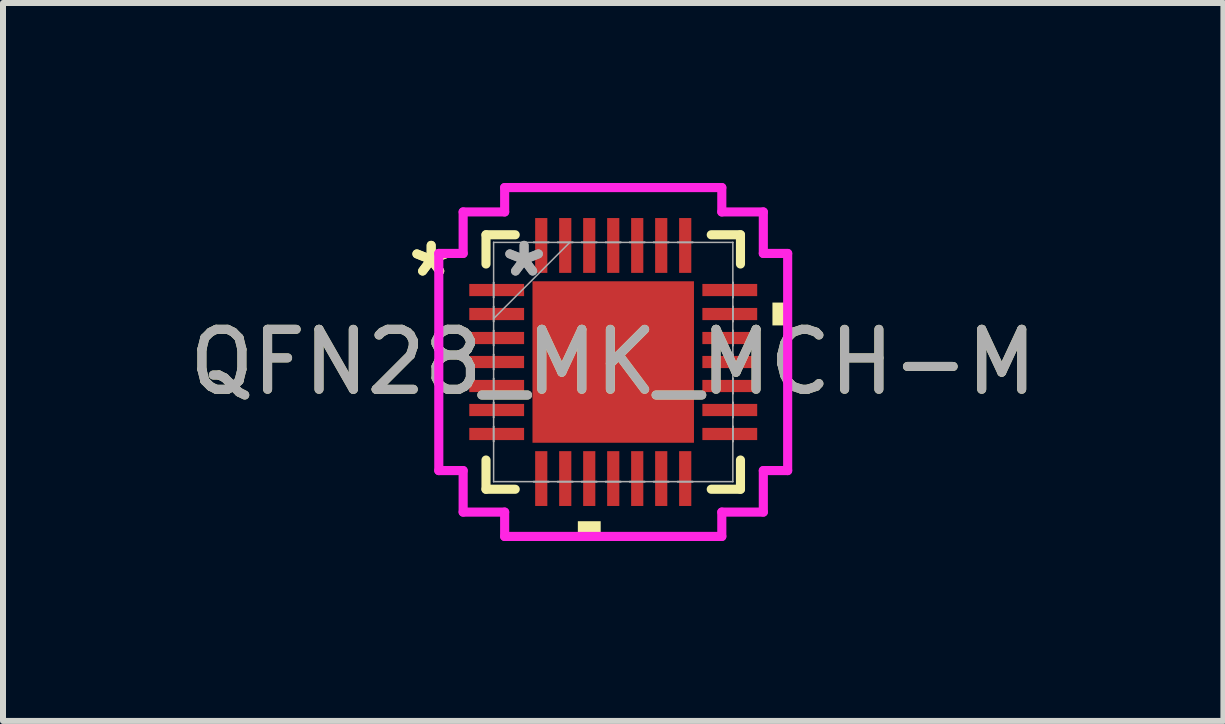
<source format=kicad_pcb>
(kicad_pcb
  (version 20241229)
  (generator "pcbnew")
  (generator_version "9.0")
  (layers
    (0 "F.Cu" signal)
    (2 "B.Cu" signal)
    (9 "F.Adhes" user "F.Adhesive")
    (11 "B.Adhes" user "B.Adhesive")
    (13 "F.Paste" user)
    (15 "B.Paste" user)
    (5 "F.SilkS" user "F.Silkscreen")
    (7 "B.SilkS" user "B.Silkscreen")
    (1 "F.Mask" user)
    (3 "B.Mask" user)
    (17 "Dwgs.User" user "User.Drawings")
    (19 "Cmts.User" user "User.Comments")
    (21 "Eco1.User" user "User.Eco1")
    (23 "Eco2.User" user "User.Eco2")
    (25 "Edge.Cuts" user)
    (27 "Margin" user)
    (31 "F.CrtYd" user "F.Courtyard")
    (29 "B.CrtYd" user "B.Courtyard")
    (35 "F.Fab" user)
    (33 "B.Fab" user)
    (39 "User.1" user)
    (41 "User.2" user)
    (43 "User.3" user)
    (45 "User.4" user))
  (footprint "QFN28_MK_MCH-M"
    (layer "F.Cu")
    (at 7.173 2.985)
    (property "Reference" "QFN28_MK_MCH-M" (at 0 0 0) (unlocked yes) (layer "F.SilkS") (effects (font (size 1 1) (thickness 0.15))))
    (attr smd)
    (fp_line (start -2.121 -2.121) (end -2.121 -1.634) (stroke (width 0.152) (type solid)) (layer "F.SilkS"))
    (fp_line (start -2.121 1.634) (end -2.121 2.121) (stroke (width 0.152) (type solid)) (layer "F.SilkS"))
    (fp_line (start -2.121 2.121) (end -1.634 2.121) (stroke (width 0.152) (type solid)) (layer "F.SilkS"))
    (fp_line (start -1.634 -2.121) (end -2.121 -2.121) (stroke (width 0.152) (type solid)) (layer "F.SilkS"))
    (fp_line (start 1.634 2.121) (end 2.121 2.121) (stroke (width 0.152) (type solid)) (layer "F.SilkS"))
    (fp_line (start 2.121 -2.121) (end 1.634 -2.121) (stroke (width 0.152) (type solid)) (layer "F.SilkS"))
    (fp_line (start 2.121 -1.634) (end 2.121 -2.121) (stroke (width 0.152) (type solid)) (layer "F.SilkS"))
    (fp_line (start 2.121 2.121) (end 2.121 1.634) (stroke (width 0.152) (type solid)) (layer "F.SilkS"))
    (fp_poly (pts (xy -0.59 2.654) (xy -0.59 2.908) (xy -0.209 2.908) (xy -0.209 2.654)) (stroke (width 0) (type solid)) (fill yes) (layer "F.SilkS"))
    (fp_poly (pts (xy 2.908 -0.991) (xy 2.908 -0.61) (xy 2.654 -0.61) (xy 2.654 -0.991)) (stroke (width 0) (type solid)) (fill yes) (layer "F.SilkS"))
    (fp_poly (pts (xy -1.246 -1.246) (xy -1.246 -0.1) (xy -0.1 -0.1) (xy -0.1 -1.246)) (stroke (width 0) (type solid)) (fill yes) (layer "F.Paste"))
    (fp_poly (pts (xy -1.246 0.1) (xy -1.246 1.246) (xy -0.1 1.246) (xy -0.1 0.1)) (stroke (width 0) (type solid)) (fill yes) (layer "F.Paste"))
    (fp_poly (pts (xy 0.1 -1.246) (xy 0.1 -0.1) (xy 1.246 -0.1) (xy 1.246 -1.246)) (stroke (width 0) (type solid)) (fill yes) (layer "F.Paste"))
    (fp_poly (pts (xy 0.1 0.1) (xy 0.1 1.246) (xy 1.246 1.246) (xy 1.246 0.1)) (stroke (width 0) (type solid)) (fill yes) (layer "F.Paste"))
    (fp_line (start -2.908 -1.81) (end -2.502 -1.81) (stroke (width 0.152) (type solid)) (layer "F.CrtYd"))
    (fp_line (start -2.908 1.81) (end -2.908 -1.81) (stroke (width 0.152) (type solid)) (layer "F.CrtYd"))
    (fp_line (start -2.502 -2.502) (end -1.81 -2.502) (stroke (width 0.152) (type solid)) (layer "F.CrtYd"))
    (fp_line (start -2.502 -1.81) (end -2.502 -2.502) (stroke (width 0.152) (type solid)) (layer "F.CrtYd"))
    (fp_line (start -2.502 1.81) (end -2.908 1.81) (stroke (width 0.152) (type solid)) (layer "F.CrtYd"))
    (fp_line (start -2.502 2.502) (end -2.502 1.81) (stroke (width 0.152) (type solid)) (layer "F.CrtYd"))
    (fp_line (start -1.81 -2.908) (end 1.81 -2.908) (stroke (width 0.152) (type solid)) (layer "F.CrtYd"))
    (fp_line (start -1.81 -2.502) (end -1.81 -2.908) (stroke (width 0.152) (type solid)) (layer "F.CrtYd"))
    (fp_line (start -1.81 2.502) (end -2.502 2.502) (stroke (width 0.152) (type solid)) (layer "F.CrtYd"))
    (fp_line (start -1.81 2.908) (end -1.81 2.502) (stroke (width 0.152) (type solid)) (layer "F.CrtYd"))
    (fp_line (start 1.81 -2.908) (end 1.81 -2.502) (stroke (width 0.152) (type solid)) (layer "F.CrtYd"))
    (fp_line (start 1.81 -2.502) (end 2.502 -2.502) (stroke (width 0.152) (type solid)) (layer "F.CrtYd"))
    (fp_line (start 1.81 2.502) (end 1.81 2.908) (stroke (width 0.152) (type solid)) (layer "F.CrtYd"))
    (fp_line (start 1.81 2.908) (end -1.81 2.908) (stroke (width 0.152) (type solid)) (layer "F.CrtYd"))
    (fp_line (start 2.502 -2.502) (end 2.502 -1.81) (stroke (width 0.152) (type solid)) (layer "F.CrtYd"))
    (fp_line (start 2.502 -1.81) (end 2.908 -1.81) (stroke (width 0.152) (type solid)) (layer "F.CrtYd"))
    (fp_line (start 2.502 1.81) (end 2.502 2.502) (stroke (width 0.152) (type solid)) (layer "F.CrtYd"))
    (fp_line (start 2.502 2.502) (end 1.81 2.502) (stroke (width 0.152) (type solid)) (layer "F.CrtYd"))
    (fp_line (start 2.908 -1.81) (end 2.908 1.81) (stroke (width 0.152) (type solid)) (layer "F.CrtYd"))
    (fp_line (start 2.908 1.81) (end 2.502 1.81) (stroke (width 0.152) (type solid)) (layer "F.CrtYd"))
    (fp_line (start -1.994 -1.994) (end -1.994 -1.994) (stroke (width 0.025) (type solid)) (layer "F.Fab"))
    (fp_line (start -1.994 -1.994) (end -1.994 1.994) (stroke (width 0.025) (type solid)) (layer "F.Fab"))
    (fp_line (start -1.994 -1.327) (end -1.994 -1.327) (stroke (width 0.025) (type solid)) (layer "F.Fab"))
    (fp_line (start -1.994 -1.327) (end -1.994 -1.073) (stroke (width 0.025) (type solid)) (layer "F.Fab"))
    (fp_line (start -1.994 -1.073) (end -1.994 -1.327) (stroke (width 0.025) (type solid)) (layer "F.Fab"))
    (fp_line (start -1.994 -1.073) (end -1.994 -1.073) (stroke (width 0.025) (type solid)) (layer "F.Fab"))
    (fp_line (start -1.994 -0.927) (end -1.994 -0.927) (stroke (width 0.025) (type solid)) (layer "F.Fab"))
    (fp_line (start -1.994 -0.927) (end -1.994 -0.673) (stroke (width 0.025) (type solid)) (layer "F.Fab"))
    (fp_line (start -1.994 -0.724) (end -0.724 -1.994) (stroke (width 0.025) (type solid)) (layer "F.Fab"))
    (fp_line (start -1.994 -0.673) (end -1.994 -0.927) (stroke (width 0.025) (type solid)) (layer "F.Fab"))
    (fp_line (start -1.994 -0.673) (end -1.994 -0.673) (stroke (width 0.025) (type solid)) (layer "F.Fab"))
    (fp_line (start -1.994 -0.527) (end -1.994 -0.527) (stroke (width 0.025) (type solid)) (layer "F.Fab"))
    (fp_line (start -1.994 -0.527) (end -1.994 -0.273) (stroke (width 0.025) (type solid)) (layer "F.Fab"))
    (fp_line (start -1.994 -0.273) (end -1.994 -0.527) (stroke (width 0.025) (type solid)) (layer "F.Fab"))
    (fp_line (start -1.994 -0.273) (end -1.994 -0.273) (stroke (width 0.025) (type solid)) (layer "F.Fab"))
    (fp_line (start -1.994 -0.127) (end -1.994 -0.127) (stroke (width 0.025) (type solid)) (layer "F.Fab"))
    (fp_line (start -1.994 -0.127) (end -1.994 0.127) (stroke (width 0.025) (type solid)) (layer "F.Fab"))
    (fp_line (start -1.994 0.127) (end -1.994 -0.127) (stroke (width 0.025) (type solid)) (layer "F.Fab"))
    (fp_line (start -1.994 0.127) (end -1.994 0.127) (stroke (width 0.025) (type solid)) (layer "F.Fab"))
    (fp_line (start -1.994 0.273) (end -1.994 0.273) (stroke (width 0.025) (type solid)) (layer "F.Fab"))
    (fp_line (start -1.994 0.273) (end -1.994 0.527) (stroke (width 0.025) (type solid)) (layer "F.Fab"))
    (fp_line (start -1.994 0.527) (end -1.994 0.273) (stroke (width 0.025) (type solid)) (layer "F.Fab"))
    (fp_line (start -1.994 0.527) (end -1.994 0.527) (stroke (width 0.025) (type solid)) (layer "F.Fab"))
    (fp_line (start -1.994 0.673) (end -1.994 0.673) (stroke (width 0.025) (type solid)) (layer "F.Fab"))
    (fp_line (start -1.994 0.673) (end -1.994 0.927) (stroke (width 0.025) (type solid)) (layer "F.Fab"))
    (fp_line (start -1.994 0.927) (end -1.994 0.673) (stroke (width 0.025) (type solid)) (layer "F.Fab"))
    (fp_line (start -1.994 0.927) (end -1.994 0.927) (stroke (width 0.025) (type solid)) (layer "F.Fab"))
    (fp_line (start -1.994 1.073) (end -1.994 1.073) (stroke (width 0.025) (type solid)) (layer "F.Fab"))
    (fp_line (start -1.994 1.073) (end -1.994 1.327) (stroke (width 0.025) (type solid)) (layer "F.Fab"))
    (fp_line (start -1.994 1.327) (end -1.994 1.073) (stroke (width 0.025) (type solid)) (layer "F.Fab"))
    (fp_line (start -1.994 1.327) (end -1.994 1.327) (stroke (width 0.025) (type solid)) (layer "F.Fab"))
    (fp_line (start -1.994 1.994) (end -1.994 1.994) (stroke (width 0.025) (type solid)) (layer "F.Fab"))
    (fp_line (start -1.994 1.994) (end 1.994 1.994) (stroke (width 0.025) (type solid)) (layer "F.Fab"))
    (fp_line (start -1.327 -1.994) (end -1.327 -1.994) (stroke (width 0.025) (type solid)) (layer "F.Fab"))
    (fp_line (start -1.327 -1.994) (end -1.073 -1.994) (stroke (width 0.025) (type solid)) (layer "F.Fab"))
    (fp_line (start -1.327 1.994) (end -1.327 1.994) (stroke (width 0.025) (type solid)) (layer "F.Fab"))
    (fp_line (start -1.327 1.994) (end -1.073 1.994) (stroke (width 0.025) (type solid)) (layer "F.Fab"))
    (fp_line (start -1.073 -1.994) (end -1.327 -1.994) (stroke (width 0.025) (type solid)) (layer "F.Fab"))
    (fp_line (start -1.073 -1.994) (end -1.073 -1.994) (stroke (width 0.025) (type solid)) (layer "F.Fab"))
    (fp_line (start -1.073 1.994) (end -1.327 1.994) (stroke (width 0.025) (type solid)) (layer "F.Fab"))
    (fp_line (start -1.073 1.994) (end -1.073 1.994) (stroke (width 0.025) (type solid)) (layer "F.Fab"))
    (fp_line (start -0.927 -1.994) (end -0.927 -1.994) (stroke (width 0.025) (type solid)) (layer "F.Fab"))
    (fp_line (start -0.927 -1.994) (end -0.673 -1.994) (stroke (width 0.025) (type solid)) (layer "F.Fab"))
    (fp_line (start -0.927 1.994) (end -0.927 1.994) (stroke (width 0.025) (type solid)) (layer "F.Fab"))
    (fp_line (start -0.927 1.994) (end -0.673 1.994) (stroke (width 0.025) (type solid)) (layer "F.Fab"))
    (fp_line (start -0.673 -1.994) (end -0.927 -1.994) (stroke (width 0.025) (type solid)) (layer "F.Fab"))
    (fp_line (start -0.673 -1.994) (end -0.673 -1.994) (stroke (width 0.025) (type solid)) (layer "F.Fab"))
    (fp_line (start -0.673 1.994) (end -0.927 1.994) (stroke (width 0.025) (type solid)) (layer "F.Fab"))
    (fp_line (start -0.673 1.994) (end -0.673 1.994) (stroke (width 0.025) (type solid)) (layer "F.Fab"))
    (fp_line (start -0.527 -1.994) (end -0.527 -1.994) (stroke (width 0.025) (type solid)) (layer "F.Fab"))
    (fp_line (start -0.527 -1.994) (end -0.273 -1.994) (stroke (width 0.025) (type solid)) (layer "F.Fab"))
    (fp_line (start -0.527 1.994) (end -0.527 1.994) (stroke (width 0.025) (type solid)) (layer "F.Fab"))
    (fp_line (start -0.527 1.994) (end -0.273 1.994) (stroke (width 0.025) (type solid)) (layer "F.Fab"))
    (fp_line (start -0.273 -1.994) (end -0.527 -1.994) (stroke (width 0.025) (type solid)) (layer "F.Fab"))
    (fp_line (start -0.273 -1.994) (end -0.273 -1.994) (stroke (width 0.025) (type solid)) (layer "F.Fab"))
    (fp_line (start -0.273 1.994) (end -0.527 1.994) (stroke (width 0.025) (type solid)) (layer "F.Fab"))
    (fp_line (start -0.273 1.994) (end -0.273 1.994) (stroke (width 0.025) (type solid)) (layer "F.Fab"))
    (fp_line (start -0.127 -1.994) (end -0.127 -1.994) (stroke (width 0.025) (type solid)) (layer "F.Fab"))
    (fp_line (start -0.127 -1.994) (end 0.127 -1.994) (stroke (width 0.025) (type solid)) (layer "F.Fab"))
    (fp_line (start -0.127 1.994) (end -0.127 1.994) (stroke (width 0.025) (type solid)) (layer "F.Fab"))
    (fp_line (start -0.127 1.994) (end 0.127 1.994) (stroke (width 0.025) (type solid)) (layer "F.Fab"))
    (fp_line (start 0.127 -1.994) (end -0.127 -1.994) (stroke (width 0.025) (type solid)) (layer "F.Fab"))
    (fp_line (start 0.127 -1.994) (end 0.127 -1.994) (stroke (width 0.025) (type solid)) (layer "F.Fab"))
    (fp_line (start 0.127 1.994) (end -0.127 1.994) (stroke (width 0.025) (type solid)) (layer "F.Fab"))
    (fp_line (start 0.127 1.994) (end 0.127 1.994) (stroke (width 0.025) (type solid)) (layer "F.Fab"))
    (fp_line (start 0.273 -1.994) (end 0.273 -1.994) (stroke (width 0.025) (type solid)) (layer "F.Fab"))
    (fp_line (start 0.273 -1.994) (end 0.527 -1.994) (stroke (width 0.025) (type solid)) (layer "F.Fab"))
    (fp_line (start 0.273 1.994) (end 0.273 1.994) (stroke (width 0.025) (type solid)) (layer "F.Fab"))
    (fp_line (start 0.273 1.994) (end 0.527 1.994) (stroke (width 0.025) (type solid)) (layer "F.Fab"))
    (fp_line (start 0.527 -1.994) (end 0.273 -1.994) (stroke (width 0.025) (type solid)) (layer "F.Fab"))
    (fp_line (start 0.527 -1.994) (end 0.527 -1.994) (stroke (width 0.025) (type solid)) (layer "F.Fab"))
    (fp_line (start 0.527 1.994) (end 0.273 1.994) (stroke (width 0.025) (type solid)) (layer "F.Fab"))
    (fp_line (start 0.527 1.994) (end 0.527 1.994) (stroke (width 0.025) (type solid)) (layer "F.Fab"))
    (fp_line (start 0.673 -1.994) (end 0.673 -1.994) (stroke (width 0.025) (type solid)) (layer "F.Fab"))
    (fp_line (start 0.673 -1.994) (end 0.927 -1.994) (stroke (width 0.025) (type solid)) (layer "F.Fab"))
    (fp_line (start 0.673 1.994) (end 0.673 1.994) (stroke (width 0.025) (type solid)) (layer "F.Fab"))
    (fp_line (start 0.673 1.994) (end 0.927 1.994) (stroke (width 0.025) (type solid)) (layer "F.Fab"))
    (fp_line (start 0.927 -1.994) (end 0.673 -1.994) (stroke (width 0.025) (type solid)) (layer "F.Fab"))
    (fp_line (start 0.927 -1.994) (end 0.927 -1.994) (stroke (width 0.025) (type solid)) (layer "F.Fab"))
    (fp_line (start 0.927 1.994) (end 0.673 1.994) (stroke (width 0.025) (type solid)) (layer "F.Fab"))
    (fp_line (start 0.927 1.994) (end 0.927 1.994) (stroke (width 0.025) (type solid)) (layer "F.Fab"))
    (fp_line (start 1.073 -1.994) (end 1.073 -1.994) (stroke (width 0.025) (type solid)) (layer "F.Fab"))
    (fp_line (start 1.073 -1.994) (end 1.327 -1.994) (stroke (width 0.025) (type solid)) (layer "F.Fab"))
    (fp_line (start 1.073 1.994) (end 1.073 1.994) (stroke (width 0.025) (type solid)) (layer "F.Fab"))
    (fp_line (start 1.073 1.994) (end 1.327 1.994) (stroke (width 0.025) (type solid)) (layer "F.Fab"))
    (fp_line (start 1.327 -1.994) (end 1.073 -1.994) (stroke (width 0.025) (type solid)) (layer "F.Fab"))
    (fp_line (start 1.327 -1.994) (end 1.327 -1.994) (stroke (width 0.025) (type solid)) (layer "F.Fab"))
    (fp_line (start 1.327 1.994) (end 1.073 1.994) (stroke (width 0.025) (type solid)) (layer "F.Fab"))
    (fp_line (start 1.327 1.994) (end 1.327 1.994) (stroke (width 0.025) (type solid)) (layer "F.Fab"))
    (fp_line (start 1.994 -1.994) (end -1.994 -1.994) (stroke (width 0.025) (type solid)) (layer "F.Fab"))
    (fp_line (start 1.994 -1.994) (end 1.994 -1.994) (stroke (width 0.025) (type solid)) (layer "F.Fab"))
    (fp_line (start 1.994 -1.327) (end 1.994 -1.327) (stroke (width 0.025) (type solid)) (layer "F.Fab"))
    (fp_line (start 1.994 -1.327) (end 1.994 -1.073) (stroke (width 0.025) (type solid)) (layer "F.Fab"))
    (fp_line (start 1.994 -1.073) (end 1.994 -1.327) (stroke (width 0.025) (type solid)) (layer "F.Fab"))
    (fp_line (start 1.994 -1.073) (end 1.994 -1.073) (stroke (width 0.025) (type solid)) (layer "F.Fab"))
    (fp_line (start 1.994 -0.927) (end 1.994 -0.927) (stroke (width 0.025) (type solid)) (layer "F.Fab"))
    (fp_line (start 1.994 -0.927) (end 1.994 -0.673) (stroke (width 0.025) (type solid)) (layer "F.Fab"))
    (fp_line (start 1.994 -0.673) (end 1.994 -0.927) (stroke (width 0.025) (type solid)) (layer "F.Fab"))
    (fp_line (start 1.994 -0.673) (end 1.994 -0.673) (stroke (width 0.025) (type solid)) (layer "F.Fab"))
    (fp_line (start 1.994 -0.527) (end 1.994 -0.527) (stroke (width 0.025) (type solid)) (layer "F.Fab"))
    (fp_line (start 1.994 -0.527) (end 1.994 -0.273) (stroke (width 0.025) (type solid)) (layer "F.Fab"))
    (fp_line (start 1.994 -0.273) (end 1.994 -0.527) (stroke (width 0.025) (type solid)) (layer "F.Fab"))
    (fp_line (start 1.994 -0.273) (end 1.994 -0.273) (stroke (width 0.025) (type solid)) (layer "F.Fab"))
    (fp_line (start 1.994 -0.127) (end 1.994 -0.127) (stroke (width 0.025) (type solid)) (layer "F.Fab"))
    (fp_line (start 1.994 -0.127) (end 1.994 0.127) (stroke (width 0.025) (type solid)) (layer "F.Fab"))
    (fp_line (start 1.994 0.127) (end 1.994 -0.127) (stroke (width 0.025) (type solid)) (layer "F.Fab"))
    (fp_line (start 1.994 0.127) (end 1.994 0.127) (stroke (width 0.025) (type solid)) (layer "F.Fab"))
    (fp_line (start 1.994 0.273) (end 1.994 0.273) (stroke (width 0.025) (type solid)) (layer "F.Fab"))
    (fp_line (start 1.994 0.273) (end 1.994 0.527) (stroke (width 0.025) (type solid)) (layer "F.Fab"))
    (fp_line (start 1.994 0.527) (end 1.994 0.273) (stroke (width 0.025) (type solid)) (layer "F.Fab"))
    (fp_line (start 1.994 0.527) (end 1.994 0.527) (stroke (width 0.025) (type solid)) (layer "F.Fab"))
    (fp_line (start 1.994 0.673) (end 1.994 0.673) (stroke (width 0.025) (type solid)) (layer "F.Fab"))
    (fp_line (start 1.994 0.673) (end 1.994 0.927) (stroke (width 0.025) (type solid)) (layer "F.Fab"))
    (fp_line (start 1.994 0.927) (end 1.994 0.673) (stroke (width 0.025) (type solid)) (layer "F.Fab"))
    (fp_line (start 1.994 0.927) (end 1.994 0.927) (stroke (width 0.025) (type solid)) (layer "F.Fab"))
    (fp_line (start 1.994 1.073) (end 1.994 1.073) (stroke (width 0.025) (type solid)) (layer "F.Fab"))
    (fp_line (start 1.994 1.073) (end 1.994 1.327) (stroke (width 0.025) (type solid)) (layer "F.Fab"))
    (fp_line (start 1.994 1.327) (end 1.994 1.073) (stroke (width 0.025) (type solid)) (layer "F.Fab"))
    (fp_line (start 1.994 1.327) (end 1.994 1.327) (stroke (width 0.025) (type solid)) (layer "F.Fab"))
    (fp_line (start 1.994 1.994) (end 1.994 -1.994) (stroke (width 0.025) (type solid)) (layer "F.Fab"))
    (fp_line (start 1.994 1.994) (end 1.994 1.994) (stroke (width 0.025) (type solid)) (layer "F.Fab"))
    (fp_text user "*" (at -3.035 -1.4 0) (layer "F.SilkS") (effects (font (size 1 1) (thickness 0.15))))
    (fp_text user "*" (at -3.035 -1.4 0) (unlocked yes) (layer "F.SilkS") (effects (font (size 1 1) (thickness 0.15))))
    (fp_text user "${REFERENCE}" (at 0 0 0) (unlocked yes) (layer "F.Fab") (effects (font (size 1 1) (thickness 0.15))))
    (fp_text user "*" (at -1.486 -1.4 0) (unlocked yes) (layer "F.Fab") (effects (font (size 1 1) (thickness 0.15))))
    (fp_text user "*" (at -1.486 -1.4 0) (layer "F.Fab") (effects (font (size 1 1) (thickness 0.15))))
    (pad "1" smd rect (at -1.943 -1.2 90) (size 0.203 0.914) (layers "F.Cu" "F.Mask" "F.Paste"))
    (pad "2" smd rect (at -1.943 -0.8 90) (size 0.203 0.914) (layers "F.Cu" "F.Mask" "F.Paste"))
    (pad "3" smd rect (at -1.943 -0.4 90) (size 0.203 0.914) (layers "F.Cu" "F.Mask" "F.Paste"))
    (pad "4" smd rect (at -1.943 0 90) (size 0.203 0.914) (layers "F.Cu" "F.Mask" "F.Paste"))
    (pad "5" smd rect (at -1.943 0.4 90) (size 0.203 0.914) (layers "F.Cu" "F.Mask" "F.Paste"))
    (pad "6" smd rect (at -1.943 0.8 90) (size 0.203 0.914) (layers "F.Cu" "F.Mask" "F.Paste"))
    (pad "7" smd rect (at -1.943 1.2 90) (size 0.203 0.914) (layers "F.Cu" "F.Mask" "F.Paste"))
    (pad "8" smd rect (at -1.2 1.943) (size 0.203 0.914) (layers "F.Cu" "F.Mask" "F.Paste"))
    (pad "9" smd rect (at -0.8 1.943) (size 0.203 0.914) (layers "F.Cu" "F.Mask" "F.Paste"))
    (pad "10" smd rect (at -0.4 1.943) (size 0.203 0.914) (layers "F.Cu" "F.Mask" "F.Paste"))
    (pad "11" smd rect (at 0 1.943) (size 0.203 0.914) (layers "F.Cu" "F.Mask" "F.Paste"))
    (pad "12" smd rect (at 0.4 1.943) (size 0.203 0.914) (layers "F.Cu" "F.Mask" "F.Paste"))
    (pad "13" smd rect (at 0.8 1.943) (size 0.203 0.914) (layers "F.Cu" "F.Mask" "F.Paste"))
    (pad "14" smd rect (at 1.2 1.943) (size 0.203 0.914) (layers "F.Cu" "F.Mask" "F.Paste"))
    (pad "15" smd rect (at 1.943 1.2 90) (size 0.203 0.914) (layers "F.Cu" "F.Mask" "F.Paste"))
    (pad "16" smd rect (at 1.943 0.8 90) (size 0.203 0.914) (layers "F.Cu" "F.Mask" "F.Paste"))
    (pad "17" smd rect (at 1.943 0.4 90) (size 0.203 0.914) (layers "F.Cu" "F.Mask" "F.Paste"))
    (pad "18" smd rect (at 1.943 0 90) (size 0.203 0.914) (layers "F.Cu" "F.Mask" "F.Paste"))
    (pad "19" smd rect (at 1.943 -0.4 90) (size 0.203 0.914) (layers "F.Cu" "F.Mask" "F.Paste"))
    (pad "20" smd rect (at 1.943 -0.8 90) (size 0.203 0.914) (layers "F.Cu" "F.Mask" "F.Paste"))
    (pad "21" smd rect (at 1.943 -1.2 90) (size 0.203 0.914) (layers "F.Cu" "F.Mask" "F.Paste"))
    (pad "22" smd rect (at 1.2 -1.943) (size 0.203 0.914) (layers "F.Cu" "F.Mask" "F.Paste"))
    (pad "23" smd rect (at 0.8 -1.943) (size 0.203 0.914) (layers "F.Cu" "F.Mask" "F.Paste"))
    (pad "24" smd rect (at 0.4 -1.943) (size 0.203 0.914) (layers "F.Cu" "F.Mask" "F.Paste"))
    (pad "25" smd rect (at 0 -1.943) (size 0.203 0.914) (layers "F.Cu" "F.Mask" "F.Paste"))
    (pad "26" smd rect (at -0.4 -1.943) (size 0.203 0.914) (layers "F.Cu" "F.Mask" "F.Paste"))
    (pad "27" smd rect (at -0.8 -1.943) (size 0.203 0.914) (layers "F.Cu" "F.Mask" "F.Paste"))
    (pad "28" smd rect (at -1.2 -1.943) (size 0.203 0.914) (layers "F.Cu" "F.Mask" "F.Paste"))
    (pad "29" smd rect (at 0 0) (size 2.692 2.692) (layers "F.Cu" "F.Mask" "F.Paste")))
  (gr_rect
    (start -3 -3)
    (end 17.345 8.969)
    (stroke (width 0.1) (type default))
    (fill no)
    (layer "Edge.Cuts")))
</source>
